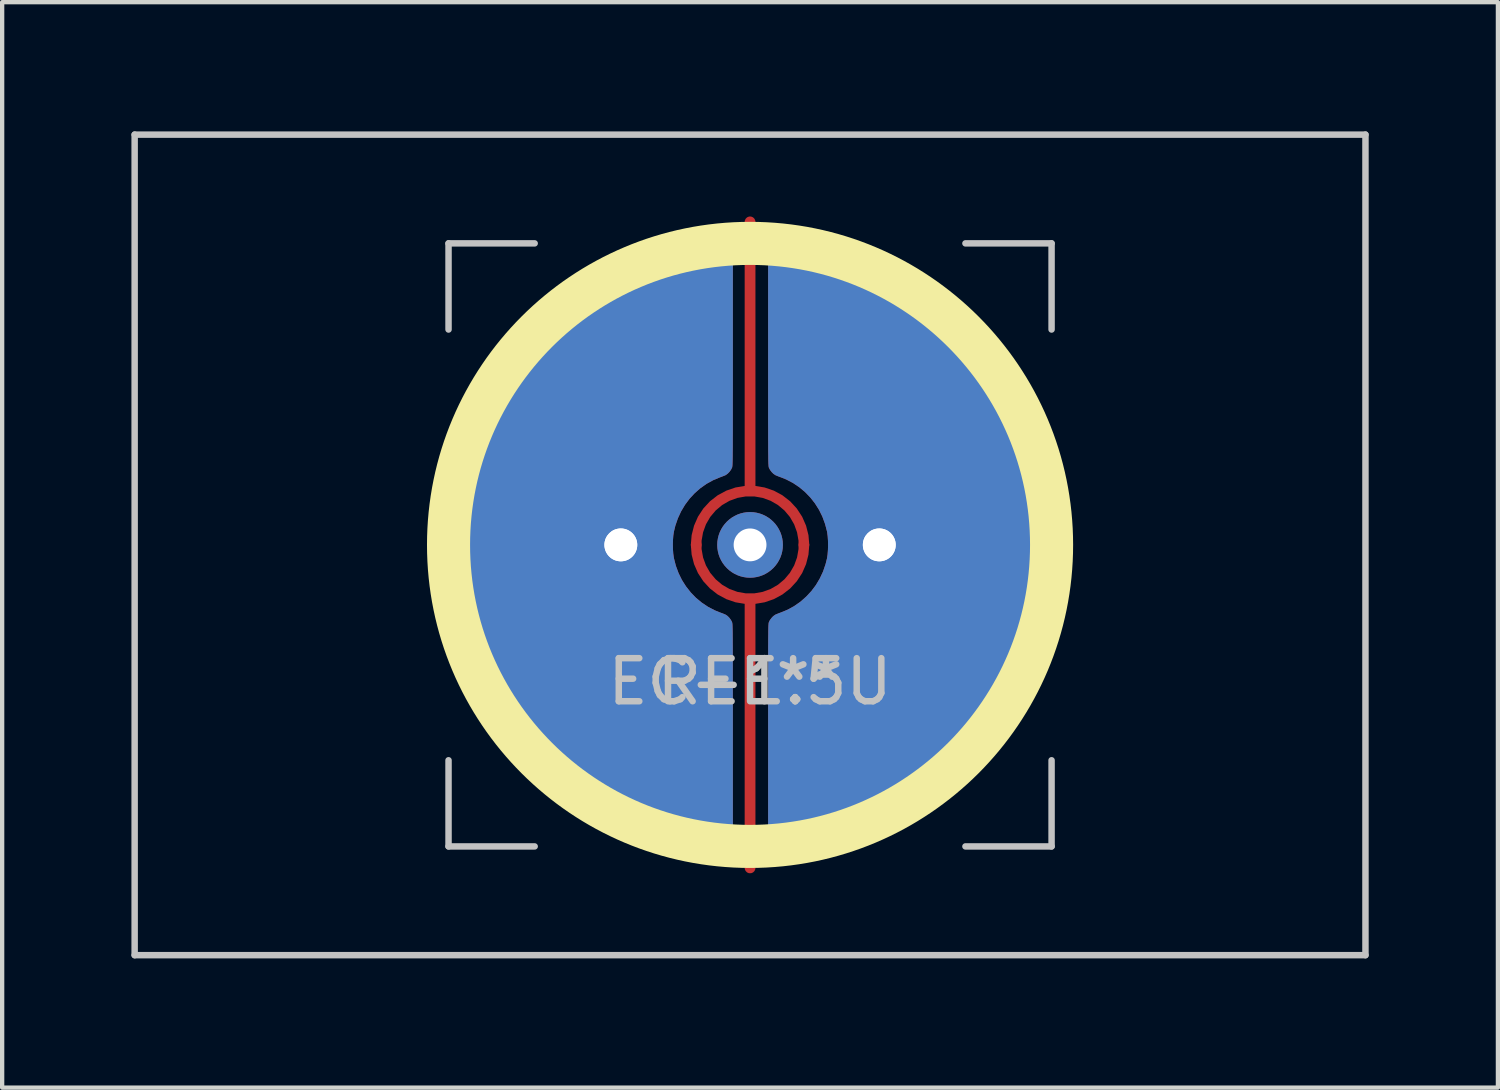
<source format=kicad_pcb>
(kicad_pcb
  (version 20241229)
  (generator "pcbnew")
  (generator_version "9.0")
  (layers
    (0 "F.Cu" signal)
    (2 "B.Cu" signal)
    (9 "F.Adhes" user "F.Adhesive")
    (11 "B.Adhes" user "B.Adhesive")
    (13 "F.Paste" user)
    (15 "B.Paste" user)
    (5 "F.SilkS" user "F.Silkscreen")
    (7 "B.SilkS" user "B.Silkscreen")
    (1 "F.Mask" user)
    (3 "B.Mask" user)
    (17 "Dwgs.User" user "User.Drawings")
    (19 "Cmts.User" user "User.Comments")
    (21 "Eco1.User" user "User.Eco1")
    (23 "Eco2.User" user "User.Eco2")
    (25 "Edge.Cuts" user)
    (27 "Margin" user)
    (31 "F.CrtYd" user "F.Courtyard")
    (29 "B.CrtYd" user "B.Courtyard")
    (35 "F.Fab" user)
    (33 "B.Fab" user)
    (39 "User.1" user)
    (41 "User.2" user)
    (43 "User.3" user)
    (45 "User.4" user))
  (footprint "EC-1.5U"
    (layer "F.Cu")
    (at 14.363 9.6)
    (property "Reference" "EC-1.5U" (at 0 3.175 0) (layer "Dwgs.User") (effects (font (size 1 1) (thickness 0.15))))
    (attr through_hole)
    (fp_circle (center 0 0) (end 7 0) (stroke (width 1) (type solid)) (fill no) (layer "F.SilkS"))
    (fp_line (start -14.287 -9.525) (end 14.287 -9.525) (stroke (width 0.15) (type solid)) (layer "Dwgs.User"))
    (fp_line (start -14.287 9.525) (end -14.287 -9.525) (stroke (width 0.15) (type solid)) (layer "Dwgs.User"))
    (fp_line (start -14.287 9.525) (end 14.287 9.525) (stroke (width 0.15) (type solid)) (layer "Dwgs.User"))
    (fp_line (start -7 -7) (end -7 -5) (stroke (width 0.15) (type solid)) (layer "Dwgs.User"))
    (fp_line (start -7 5) (end -7 7) (stroke (width 0.15) (type solid)) (layer "Dwgs.User"))
    (fp_line (start -7 7) (end -5 7) (stroke (width 0.15) (type solid)) (layer "Dwgs.User"))
    (fp_line (start -5 -7) (end -7 -7) (stroke (width 0.15) (type solid)) (layer "Dwgs.User"))
    (fp_line (start 5 -7) (end 7 -7) (stroke (width 0.15) (type solid)) (layer "Dwgs.User"))
    (fp_line (start 5 7) (end 7 7) (stroke (width 0.15) (type solid)) (layer "Dwgs.User"))
    (fp_line (start 7 -7) (end 7 -5) (stroke (width 0.15) (type solid)) (layer "Dwgs.User"))
    (fp_line (start 7 7) (end 7 5) (stroke (width 0.15) (type solid)) (layer "Dwgs.User"))
    (fp_line (start 14.287 -9.525) (end 14.287 9.525) (stroke (width 0.15) (type solid)) (layer "Dwgs.User"))
    (fp_text user "REF**" (at 0 3.175 0) (layer "Dwgs.User") (effects (font (size 1 1) (thickness 0.15))))
    (pad "" thru_hole circle (at 0 0) (size 1.524 1.524) (drill 0.762) (layers "*.Cu" "B.Mask"))
    (pad "1" thru_hole circle (at 3 0) (size 1.524 1.524) (drill 0.762) (layers "*.Cu" "B.Mask"))
    (pad "1" thru_hole custom (at 3 0) (size 1.524 1.524) (drill 0.762) (layers "F.Cu") (options (anchor circle)) (primitives (gr_poly (pts (xy -2.241 -7.099) (xy -2.176 -7.096) (xy -2.094 -7.089) (xy -2 -7.079) (xy -1.895 -7.065) (xy -1.782 -7.048) (xy -1.666 -7.029) (xy -1.548 -7.008) (xy -1.432 -6.986) (xy -1.322 -6.963) (xy -1.28 -6.954) (xy -0.92 -6.863) (xy -0.564 -6.752) (xy -0.215 -6.623) (xy 0.128 -6.476) (xy 0.463 -6.311) (xy 0.789 -6.128) (xy 1.105 -5.929) (xy 1.411 -5.714) (xy 1.672 -5.51) (xy 1.875 -5.335) (xy 2.079 -5.146) (xy 2.279 -4.947) (xy 2.47 -4.741) (xy 2.649 -4.534) (xy 2.719 -4.449) (xy 2.944 -4.151) (xy 3.153 -3.842) (xy 3.345 -3.522) (xy 3.521 -3.193) (xy 3.679 -2.855) (xy 3.82 -2.51) (xy 3.942 -2.157) (xy 4.046 -1.8) (xy 4.13 -1.437) (xy 4.148 -1.346) (xy 4.21 -0.973) (xy 4.251 -0.599) (xy 4.273 -0.225) (xy 4.275 0.149) (xy 4.257 0.523) (xy 4.22 0.895) (xy 4.163 1.264) (xy 4.087 1.631) (xy 3.992 1.993) (xy 3.877 2.351) (xy 3.758 2.668) (xy 3.608 3.015) (xy 3.44 3.352) (xy 3.254 3.679) (xy 3.051 3.997) (xy 2.83 4.305) (xy 2.593 4.602) (xy 2.514 4.694) (xy 2.461 4.753) (xy 2.397 4.822) (xy 2.324 4.899) (xy 2.246 4.979) (xy 2.166 5.059) (xy 2.087 5.137) (xy 2.013 5.209) (xy 1.946 5.272) (xy 1.917 5.298) (xy 1.631 5.543) (xy 1.334 5.771) (xy 1.026 5.982) (xy 0.707 6.177) (xy 0.379 6.354) (xy 0.042 6.515) (xy -0.302 6.657) (xy -0.654 6.781) (xy -1.013 6.887) (xy -1.377 6.975) (xy -1.747 7.043) (xy -1.971 7.074) (xy -2.07 7.086) (xy -2.151 7.094) (xy -2.216 7.099) (xy -2.267 7.101) (xy -2.305 7.099) (xy -2.329 7.095) (xy -2.403 7.067) (xy -2.468 7.021) (xy -2.522 6.962) (xy -2.555 6.907) (xy -2.581 6.85) (xy -2.581 4.348) (xy -2.581 4.084) (xy -2.581 3.838) (xy -2.581 3.612) (xy -2.581 3.403) (xy -2.581 3.211) (xy -2.581 3.035) (xy -2.581 2.875) (xy -2.58 2.729) (xy -2.58 2.598) (xy -2.58 2.48) (xy -2.58 2.375) (xy -2.579 2.281) (xy -2.579 2.199) (xy -2.578 2.126) (xy -2.577 2.064) (xy -2.577 2.01) (xy -2.576 1.964) (xy -2.575 1.926) (xy -2.574 1.894) (xy -2.573 1.869) (xy -2.571 1.848) (xy -2.57 1.832) (xy -2.569 1.819) (xy -2.567 1.809) (xy -2.565 1.801) (xy -2.563 1.795) (xy -2.563 1.794) (xy -2.54 1.747) (xy -2.504 1.698) (xy -2.463 1.655) (xy -2.42 1.624) (xy -2.414 1.62) (xy -2.386 1.608) (xy -2.347 1.592) (xy -2.303 1.575) (xy -2.288 1.57) (xy -2.124 1.502) (xy -1.971 1.417) (xy -1.827 1.316) (xy -1.696 1.2) (xy -1.577 1.072) (xy -1.471 0.931) (xy -1.381 0.779) (xy -1.305 0.617) (xy -1.247 0.446) (xy -1.213 0.31) (xy -1.2 0.221) (xy -1.192 0.119) (xy -1.189 0.011) (xy -1.191 -0.098) (xy -1.198 -0.202) (xy -1.21 -0.293) (xy -1.213 -0.31) (xy -1.259 -0.486) (xy -1.321 -0.655) (xy -1.4 -0.815) (xy -1.494 -0.964) (xy -1.603 -1.102) (xy -1.725 -1.228) (xy -1.859 -1.34) (xy -2.005 -1.437) (xy -2.161 -1.519) (xy -2.288 -1.57) (xy -2.332 -1.586) (xy -2.374 -1.603) (xy -2.407 -1.617) (xy -2.414 -1.62) (xy -2.456 -1.649) (xy -2.498 -1.691) (xy -2.535 -1.739) (xy -2.56 -1.787) (xy -2.563 -1.794) (xy -2.565 -1.8) (xy -2.567 -1.808) (xy -2.568 -1.817) (xy -2.57 -1.829) (xy -2.571 -1.845) (xy -2.572 -1.865) (xy -2.574 -1.89) (xy -2.575 -1.921) (xy -2.576 -1.958) (xy -2.577 -2.002) (xy -2.577 -2.054) (xy -2.578 -2.116) (xy -2.579 -2.186) (xy -2.579 -2.267) (xy -2.579 -2.359) (xy -2.58 -2.462) (xy -2.58 -2.578) (xy -2.58 -2.707) (xy -2.581 -2.85) (xy -2.581 -3.008) (xy -2.581 -3.181) (xy -2.581 -3.37) (xy -2.581 -3.576) (xy -2.581 -3.8) (xy -2.581 -4.042) (xy -2.581 -4.304) (xy -2.581 -4.349) (xy -2.581 -6.851) (xy -2.548 -6.917) (xy -2.51 -6.98) (xy -2.463 -7.028) (xy -2.402 -7.067) (xy -2.386 -7.074) (xy -2.355 -7.088) (xy -2.327 -7.095) (xy -2.294 -7.099) (xy -2.249 -7.099) (xy -2.241 -7.099)) (width 0) (fill yes))))
    (pad "2" thru_hole circle (at -3 0) (size 1.524 1.524) (drill 0.762) (layers "*.Cu" "B.Mask"))
    (pad "2" thru_hole custom (at -3 0) (size 1.524 1.524) (drill 0.762) (layers "F.Cu") (options (anchor circle)) (primitives (gr_poly (pts (xy 2.26 7.099) (xy 2.195 7.096) (xy 2.114 7.089) (xy 2.019 7.079) (xy 1.914 7.065) (xy 1.802 7.048) (xy 1.685 7.029) (xy 1.568 7.008) (xy 1.452 6.986) (xy 1.341 6.963) (xy 1.3 6.954) (xy 0.939 6.863) (xy 0.584 6.752) (xy 0.234 6.623) (xy -0.109 6.476) (xy -0.444 6.311) (xy -0.77 6.128) (xy -1.086 5.929) (xy -1.392 5.714) (xy -1.653 5.51) (xy -1.856 5.335) (xy -2.06 5.146) (xy -2.259 4.947) (xy -2.451 4.741) (xy -2.63 4.534) (xy -2.7 4.449) (xy -2.924 4.151) (xy -3.133 3.842) (xy -3.326 3.522) (xy -3.501 3.193) (xy -3.66 2.855) (xy -3.8 2.51) (xy -3.923 2.157) (xy -4.026 1.8) (xy -4.111 1.437) (xy -4.129 1.346) (xy -4.19 0.973) (xy -4.231 0.599) (xy -4.253 0.225) (xy -4.255 -0.149) (xy -4.237 -0.523) (xy -4.2 -0.895) (xy -4.144 -1.264) (xy -4.068 -1.631) (xy -3.973 -1.993) (xy -3.858 -2.351) (xy -3.739 -2.668) (xy -3.588 -3.015) (xy -3.42 -3.352) (xy -3.234 -3.679) (xy -3.031 -3.997) (xy -2.811 -4.305) (xy -2.573 -4.602) (xy -2.495 -4.694) (xy -2.442 -4.753) (xy -2.378 -4.822) (xy -2.305 -4.899) (xy -2.227 -4.979) (xy -2.147 -5.059) (xy -2.068 -5.137) (xy -1.994 -5.209) (xy -1.927 -5.272) (xy -1.898 -5.298) (xy -1.612 -5.543) (xy -1.314 -5.771) (xy -1.006 -5.982) (xy -0.688 -6.177) (xy -0.36 -6.354) (xy -0.023 -6.515) (xy 0.322 -6.657) (xy 0.674 -6.781) (xy 1.032 -6.887) (xy 1.397 -6.975) (xy 1.766 -7.043) (xy 1.99 -7.074) (xy 2.089 -7.086) (xy 2.171 -7.094) (xy 2.236 -7.099) (xy 2.287 -7.101) (xy 2.324 -7.099) (xy 2.348 -7.095) (xy 2.422 -7.067) (xy 2.488 -7.021) (xy 2.542 -6.962) (xy 2.574 -6.907) (xy 2.601 -6.85) (xy 2.601 -4.348) (xy 2.601 -4.084) (xy 2.601 -3.838) (xy 2.601 -3.612) (xy 2.6 -3.403) (xy 2.6 -3.211) (xy 2.6 -3.035) (xy 2.6 -2.875) (xy 2.6 -2.729) (xy 2.6 -2.598) (xy 2.599 -2.48) (xy 2.599 -2.375) (xy 2.599 -2.281) (xy 2.598 -2.199) (xy 2.597 -2.126) (xy 2.597 -2.064) (xy 2.596 -2.01) (xy 2.595 -1.964) (xy 2.594 -1.926) (xy 2.593 -1.894) (xy 2.592 -1.869) (xy 2.591 -1.848) (xy 2.589 -1.832) (xy 2.588 -1.819) (xy 2.586 -1.809) (xy 2.585 -1.801) (xy 2.583 -1.795) (xy 2.582 -1.794) (xy 2.559 -1.747) (xy 2.524 -1.698) (xy 2.482 -1.655) (xy 2.44 -1.624) (xy 2.434 -1.62) (xy 2.406 -1.608) (xy 2.366 -1.592) (xy 2.322 -1.575) (xy 2.307 -1.57) (xy 2.144 -1.502) (xy 1.99 -1.417) (xy 1.847 -1.316) (xy 1.715 -1.2) (xy 1.596 -1.072) (xy 1.491 -0.931) (xy 1.4 -0.779) (xy 1.325 -0.617) (xy 1.266 -0.446) (xy 1.233 -0.31) (xy 1.219 -0.221) (xy 1.211 -0.119) (xy 1.208 -0.011) (xy 1.21 0.098) (xy 1.217 0.202) (xy 1.23 0.293) (xy 1.233 0.31) (xy 1.278 0.486) (xy 1.341 0.655) (xy 1.419 0.815) (xy 1.514 0.964) (xy 1.622 1.102) (xy 1.744 1.228) (xy 1.879 1.34) (xy 2.024 1.437) (xy 2.181 1.519) (xy 2.307 1.57) (xy 2.352 1.586) (xy 2.394 1.603) (xy 2.426 1.617) (xy 2.434 1.62) (xy 2.476 1.649) (xy 2.518 1.691) (xy 2.554 1.739) (xy 2.58 1.787) (xy 2.582 1.794) (xy 2.584 1.8) (xy 2.586 1.808) (xy 2.588 1.817) (xy 2.589 1.829) (xy 2.591 1.845) (xy 2.592 1.865) (xy 2.593 1.89) (xy 2.594 1.921) (xy 2.595 1.958) (xy 2.596 2.002) (xy 2.597 2.054) (xy 2.597 2.116) (xy 2.598 2.186) (xy 2.598 2.267) (xy 2.599 2.359) (xy 2.599 2.462) (xy 2.6 2.578) (xy 2.6 2.707) (xy 2.6 2.85) (xy 2.6 3.008) (xy 2.6 3.181) (xy 2.6 3.37) (xy 2.601 3.576) (xy 2.601 3.8) (xy 2.601 4.042) (xy 2.601 4.304) (xy 2.601 4.349) (xy 2.601 6.851) (xy 2.568 6.917) (xy 2.53 6.98) (xy 2.483 7.028) (xy 2.422 7.067) (xy 2.406 7.074) (xy 2.375 7.088) (xy 2.346 7.095) (xy 2.313 7.099) (xy 2.268 7.099) (xy 2.26 7.099)) (width 0) (fill yes))))
    (pad "3" smd custom (at 0 -7.5) (size 0.25 0.25) (layers "F.Cu") (options (anchor circle)) (primitives (gr_line (start 0 6.25) (end 0 0) (width 0.25)) (gr_arc (start -1.25 7.5) (mid 0 6.25) (end 1.25 7.5) (width 0.25))))
    (pad "3" smd custom (at 0 7.5 180) (size 0.25 0.25) (layers "F.Cu") (options (anchor circle)) (primitives (gr_line (start 0 6.25) (end 0 0) (width 0.25)) (gr_arc (start -1.25 7.5) (mid 0 6.25) (end 1.25 7.5) (width 0.25)))))
  (gr_rect
    (start -3 -3)
    (end 31.725 22.2)
    (stroke (width 0.1) (type default))
    (fill no)
    (layer "Edge.Cuts")))
</source>
